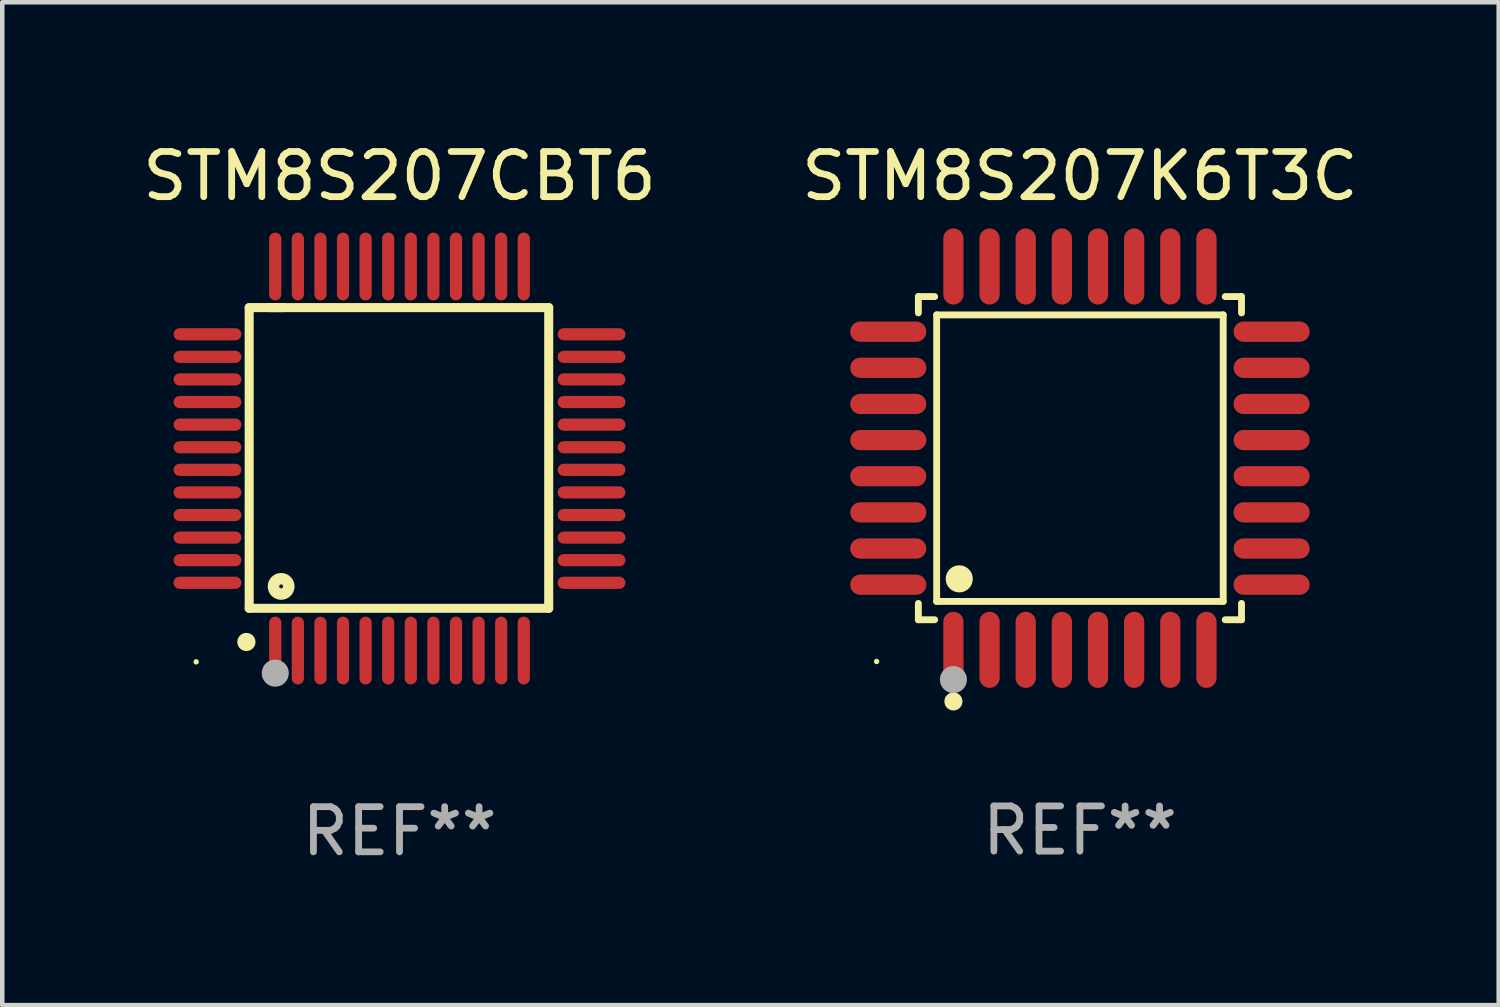
<source format=kicad_pcb>
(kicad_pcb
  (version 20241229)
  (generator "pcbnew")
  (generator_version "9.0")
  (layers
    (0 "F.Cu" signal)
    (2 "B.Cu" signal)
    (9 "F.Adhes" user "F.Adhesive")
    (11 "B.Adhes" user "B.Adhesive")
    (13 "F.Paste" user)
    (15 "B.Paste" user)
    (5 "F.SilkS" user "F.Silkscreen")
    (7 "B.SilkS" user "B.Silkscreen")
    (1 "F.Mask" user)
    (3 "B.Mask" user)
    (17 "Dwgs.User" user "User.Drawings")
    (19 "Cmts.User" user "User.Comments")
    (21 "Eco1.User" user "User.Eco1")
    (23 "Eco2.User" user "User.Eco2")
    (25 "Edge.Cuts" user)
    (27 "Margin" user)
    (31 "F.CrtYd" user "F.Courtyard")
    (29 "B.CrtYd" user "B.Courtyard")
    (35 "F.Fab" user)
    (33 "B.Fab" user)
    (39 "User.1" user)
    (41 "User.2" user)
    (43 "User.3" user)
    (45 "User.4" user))
  (footprint "STM8S207CBT6"
    (layer "F.Cu")
    (at 5.792 7.098)
    (property "Reference" "STM8S207CBT6" (at 0 -6.25 0) (layer "F.SilkS") (effects (font (size 1 1) (thickness 0.15))))
    (attr through_hole)
    (fp_line (start -3.327 -3.34) (end -2.565 -3.34) (stroke (width 0.2) (type solid)) (layer "F.SilkS"))
    (fp_line (start -3.327 3.315) (end -3.327 -3.34) (stroke (width 0.2) (type solid)) (layer "F.SilkS"))
    (fp_line (start -2.896 -3.34) (end 3.302 -3.34) (stroke (width 0.2) (type solid)) (layer "F.SilkS"))
    (fp_line (start 3.302 -3.34) (end 3.302 3.315) (stroke (width 0.2) (type solid)) (layer "F.SilkS"))
    (fp_line (start 3.302 3.315) (end -3.327 3.315) (stroke (width 0.2) (type solid)) (layer "F.SilkS"))
    (fp_arc (start -3.389992 4.059995) (mid -3.388722 4.059991) (end -3.387452 4.059995) (stroke (width 0.4) (type solid)) (layer "F.SilkS"))
    (fp_circle (center -4.5 4.5) (end -4.47 4.5) (stroke (width 0.06) (type solid)) (fill no) (layer "F.SilkS"))
    (fp_circle (center -2.62 2.83) (end -2.45 2.83) (stroke (width 0.254) (type solid)) (fill no) (layer "F.SilkS"))
    (fp_circle (center -2.75 4.75) (end -2.6 4.75) (stroke (width 0.3) (type solid)) (fill no) (layer "F.Fab"))
    (fp_text user "REF**" (at 0 8.25 0) (layer "F.Fab") (effects (font (size 1 1) (thickness 0.15))))
    (pad "1" smd oval (at -2.75 4.25) (size 0.27 1.5) (layers "F.Cu" "F.Mask" "F.Paste"))
    (pad "2" smd oval (at -2.25 4.25) (size 0.27 1.5) (layers "F.Cu" "F.Mask" "F.Paste"))
    (pad "3" smd oval (at -1.75 4.25) (size 0.27 1.5) (layers "F.Cu" "F.Mask" "F.Paste"))
    (pad "4" smd oval (at -1.25 4.25) (size 0.27 1.5) (layers "F.Cu" "F.Mask" "F.Paste"))
    (pad "5" smd oval (at -0.75 4.25) (size 0.27 1.5) (layers "F.Cu" "F.Mask" "F.Paste"))
    (pad "6" smd oval (at -0.25 4.25) (size 0.27 1.5) (layers "F.Cu" "F.Mask" "F.Paste"))
    (pad "7" smd oval (at 0.25 4.25) (size 0.27 1.5) (layers "F.Cu" "F.Mask" "F.Paste"))
    (pad "8" smd oval (at 0.75 4.25) (size 0.27 1.5) (layers "F.Cu" "F.Mask" "F.Paste"))
    (pad "9" smd oval (at 1.25 4.25) (size 0.27 1.5) (layers "F.Cu" "F.Mask" "F.Paste"))
    (pad "10" smd oval (at 1.75 4.25) (size 0.27 1.5) (layers "F.Cu" "F.Mask" "F.Paste"))
    (pad "11" smd oval (at 2.25 4.25) (size 0.27 1.5) (layers "F.Cu" "F.Mask" "F.Paste"))
    (pad "12" smd oval (at 2.75 4.25) (size 0.27 1.5) (layers "F.Cu" "F.Mask" "F.Paste"))
    (pad "13" smd oval (at 4.25 2.75) (size 1.5 0.27) (layers "F.Cu" "F.Mask" "F.Paste"))
    (pad "14" smd oval (at 4.25 2.25) (size 1.5 0.27) (layers "F.Cu" "F.Mask" "F.Paste"))
    (pad "15" smd oval (at 4.25 1.75) (size 1.5 0.27) (layers "F.Cu" "F.Mask" "F.Paste"))
    (pad "16" smd oval (at 4.25 1.25) (size 1.5 0.27) (layers "F.Cu" "F.Mask" "F.Paste"))
    (pad "17" smd oval (at 4.25 0.75) (size 1.5 0.27) (layers "F.Cu" "F.Mask" "F.Paste"))
    (pad "18" smd oval (at 4.25 0.25) (size 1.5 0.27) (layers "F.Cu" "F.Mask" "F.Paste"))
    (pad "19" smd oval (at 4.25 -0.25) (size 1.5 0.27) (layers "F.Cu" "F.Mask" "F.Paste"))
    (pad "20" smd oval (at 4.25 -0.75) (size 1.5 0.27) (layers "F.Cu" "F.Mask" "F.Paste"))
    (pad "21" smd oval (at 4.25 -1.25) (size 1.5 0.27) (layers "F.Cu" "F.Mask" "F.Paste"))
    (pad "22" smd oval (at 4.25 -1.75) (size 1.5 0.27) (layers "F.Cu" "F.Mask" "F.Paste"))
    (pad "23" smd oval (at 4.25 -2.25) (size 1.5 0.27) (layers "F.Cu" "F.Mask" "F.Paste"))
    (pad "24" smd oval (at 4.25 -2.75) (size 1.5 0.27) (layers "F.Cu" "F.Mask" "F.Paste"))
    (pad "25" smd oval (at 2.75 -4.25) (size 0.27 1.5) (layers "F.Cu" "F.Mask" "F.Paste"))
    (pad "26" smd oval (at 2.25 -4.25) (size 0.27 1.5) (layers "F.Cu" "F.Mask" "F.Paste"))
    (pad "27" smd oval (at 1.75 -4.25) (size 0.27 1.5) (layers "F.Cu" "F.Mask" "F.Paste"))
    (pad "28" smd oval (at 1.25 -4.25) (size 0.27 1.5) (layers "F.Cu" "F.Mask" "F.Paste"))
    (pad "29" smd oval (at 0.75 -4.25) (size 0.27 1.5) (layers "F.Cu" "F.Mask" "F.Paste"))
    (pad "30" smd oval (at 0.25 -4.25) (size 0.27 1.5) (layers "F.Cu" "F.Mask" "F.Paste"))
    (pad "31" smd oval (at -0.25 -4.25) (size 0.27 1.5) (layers "F.Cu" "F.Mask" "F.Paste"))
    (pad "32" smd oval (at -0.75 -4.25) (size 0.27 1.5) (layers "F.Cu" "F.Mask" "F.Paste"))
    (pad "33" smd oval (at -1.25 -4.25) (size 0.27 1.5) (layers "F.Cu" "F.Mask" "F.Paste"))
    (pad "34" smd oval (at -1.75 -4.25) (size 0.27 1.5) (layers "F.Cu" "F.Mask" "F.Paste"))
    (pad "35" smd oval (at -2.25 -4.25) (size 0.27 1.5) (layers "F.Cu" "F.Mask" "F.Paste"))
    (pad "36" smd oval (at -2.75 -4.25) (size 0.27 1.5) (layers "F.Cu" "F.Mask" "F.Paste"))
    (pad "37" smd oval (at -4.25 -2.75) (size 1.5 0.27) (layers "F.Cu" "F.Mask" "F.Paste"))
    (pad "38" smd oval (at -4.25 -2.25) (size 1.5 0.27) (layers "F.Cu" "F.Mask" "F.Paste"))
    (pad "39" smd oval (at -4.25 -1.75) (size 1.5 0.27) (layers "F.Cu" "F.Mask" "F.Paste"))
    (pad "40" smd oval (at -4.25 -1.25) (size 1.5 0.27) (layers "F.Cu" "F.Mask" "F.Paste"))
    (pad "41" smd oval (at -4.25 -0.75) (size 1.5 0.27) (layers "F.Cu" "F.Mask" "F.Paste"))
    (pad "42" smd oval (at -4.25 -0.25) (size 1.5 0.27) (layers "F.Cu" "F.Mask" "F.Paste"))
    (pad "43" smd oval (at -4.25 0.25) (size 1.5 0.27) (layers "F.Cu" "F.Mask" "F.Paste"))
    (pad "44" smd oval (at -4.25 0.75) (size 1.5 0.27) (layers "F.Cu" "F.Mask" "F.Paste"))
    (pad "45" smd oval (at -4.25 1.25) (size 1.5 0.27) (layers "F.Cu" "F.Mask" "F.Paste"))
    (pad "46" smd oval (at -4.25 1.75) (size 1.5 0.27) (layers "F.Cu" "F.Mask" "F.Paste"))
    (pad "47" smd oval (at -4.25 2.25) (size 1.5 0.27) (layers "F.Cu" "F.Mask" "F.Paste"))
    (pad "48" smd oval (at -4.25 2.75) (size 1.5 0.27) (layers "F.Cu" "F.Mask" "F.Paste")))
  (footprint "STM8S207K6T3C"
    (layer "F.Cu")
    (at 20.851 7.09)
    (property "Reference" "STM8S207K6T3C" (at 0 -6.242 0) (layer "F.SilkS") (effects (font (size 1 1) (thickness 0.15))))
    (attr through_hole)
    (fp_line (start -3.576 -3.576) (end -3.215 -3.576) (stroke (width 0.152) (type solid)) (layer "F.SilkS"))
    (fp_line (start -3.576 -3.215) (end -3.576 -3.576) (stroke (width 0.152) (type solid)) (layer "F.SilkS"))
    (fp_line (start -3.576 3.215) (end -3.576 3.576) (stroke (width 0.152) (type solid)) (layer "F.SilkS"))
    (fp_line (start -3.576 3.576) (end -3.215 3.576) (stroke (width 0.152) (type solid)) (layer "F.SilkS"))
    (fp_line (start -3.171 -3.171) (end 3.171 -3.171) (stroke (width 0.152) (type solid)) (layer "F.SilkS"))
    (fp_line (start -3.171 3.171) (end -3.171 -3.171) (stroke (width 0.152) (type solid)) (layer "F.SilkS"))
    (fp_line (start 3.171 -3.171) (end 3.171 3.171) (stroke (width 0.152) (type solid)) (layer "F.SilkS"))
    (fp_line (start 3.171 3.171) (end -3.171 3.171) (stroke (width 0.152) (type solid)) (layer "F.SilkS"))
    (fp_line (start 3.576 -3.576) (end 3.215 -3.576) (stroke (width 0.152) (type solid)) (layer "F.SilkS"))
    (fp_line (start 3.576 -3.215) (end 3.576 -3.576) (stroke (width 0.152) (type solid)) (layer "F.SilkS"))
    (fp_line (start 3.576 3.215) (end 3.576 3.576) (stroke (width 0.152) (type solid)) (layer "F.SilkS"))
    (fp_line (start 3.576 3.576) (end 3.215 3.576) (stroke (width 0.152) (type solid)) (layer "F.SilkS"))
    (fp_circle (center -4.5 4.5) (end -4.47 4.5) (stroke (width 0.06) (type solid)) (fill no) (layer "F.SilkS"))
    (fp_circle (center -2.8 5.384) (end -2.7 5.384) (stroke (width 0.2) (type solid)) (fill no) (layer "F.SilkS"))
    (fp_circle (center -2.671 2.671) (end -2.521 2.671) (stroke (width 0.3) (type solid)) (fill no) (layer "F.SilkS"))
    (fp_circle (center -2.8 4.9) (end -2.65 4.9) (stroke (width 0.3) (type solid)) (fill no) (layer "F.Fab"))
    (fp_text user "REF**" (at 0 8.242 0) (layer "F.Fab") (effects (font (size 1 1) (thickness 0.15))))
    (pad "1" smd oval (at -2.8 4.242) (size 0.448 1.684) (layers "F.Cu" "F.Mask" "F.Paste"))
    (pad "2" smd oval (at -2 4.242) (size 0.448 1.684) (layers "F.Cu" "F.Mask" "F.Paste"))
    (pad "3" smd oval (at -1.2 4.242) (size 0.448 1.684) (layers "F.Cu" "F.Mask" "F.Paste"))
    (pad "4" smd oval (at -0.4 4.242) (size 0.448 1.684) (layers "F.Cu" "F.Mask" "F.Paste"))
    (pad "5" smd oval (at 0.4 4.242) (size 0.448 1.684) (layers "F.Cu" "F.Mask" "F.Paste"))
    (pad "6" smd oval (at 1.2 4.242) (size 0.448 1.684) (layers "F.Cu" "F.Mask" "F.Paste"))
    (pad "7" smd oval (at 2 4.242) (size 0.448 1.684) (layers "F.Cu" "F.Mask" "F.Paste"))
    (pad "8" smd oval (at 2.8 4.242) (size 0.448 1.684) (layers "F.Cu" "F.Mask" "F.Paste"))
    (pad "9" smd oval (at 4.242 2.8) (size 1.684 0.448) (layers "F.Cu" "F.Mask" "F.Paste"))
    (pad "10" smd oval (at 4.242 2) (size 1.684 0.448) (layers "F.Cu" "F.Mask" "F.Paste"))
    (pad "11" smd oval (at 4.242 1.2) (size 1.684 0.448) (layers "F.Cu" "F.Mask" "F.Paste"))
    (pad "12" smd oval (at 4.242 0.4) (size 1.684 0.448) (layers "F.Cu" "F.Mask" "F.Paste"))
    (pad "13" smd oval (at 4.242 -0.4) (size 1.684 0.448) (layers "F.Cu" "F.Mask" "F.Paste"))
    (pad "14" smd oval (at 4.242 -1.2) (size 1.684 0.448) (layers "F.Cu" "F.Mask" "F.Paste"))
    (pad "15" smd oval (at 4.242 -2) (size 1.684 0.448) (layers "F.Cu" "F.Mask" "F.Paste"))
    (pad "16" smd oval (at 4.242 -2.8) (size 1.684 0.448) (layers "F.Cu" "F.Mask" "F.Paste"))
    (pad "17" smd oval (at 2.8 -4.242) (size 0.448 1.684) (layers "F.Cu" "F.Mask" "F.Paste"))
    (pad "18" smd oval (at 2 -4.242) (size 0.448 1.684) (layers "F.Cu" "F.Mask" "F.Paste"))
    (pad "19" smd oval (at 1.2 -4.242) (size 0.448 1.684) (layers "F.Cu" "F.Mask" "F.Paste"))
    (pad "20" smd oval (at 0.4 -4.242) (size 0.448 1.684) (layers "F.Cu" "F.Mask" "F.Paste"))
    (pad "21" smd oval (at -0.4 -4.242) (size 0.448 1.684) (layers "F.Cu" "F.Mask" "F.Paste"))
    (pad "22" smd oval (at -1.2 -4.242) (size 0.448 1.684) (layers "F.Cu" "F.Mask" "F.Paste"))
    (pad "23" smd oval (at -2 -4.242) (size 0.448 1.684) (layers "F.Cu" "F.Mask" "F.Paste"))
    (pad "24" smd oval (at -2.8 -4.242) (size 0.448 1.684) (layers "F.Cu" "F.Mask" "F.Paste"))
    (pad "25" smd oval (at -4.242 -2.8) (size 1.684 0.448) (layers "F.Cu" "F.Mask" "F.Paste"))
    (pad "26" smd oval (at -4.242 -2) (size 1.684 0.448) (layers "F.Cu" "F.Mask" "F.Paste"))
    (pad "27" smd oval (at -4.242 -1.2) (size 1.684 0.448) (layers "F.Cu" "F.Mask" "F.Paste"))
    (pad "28" smd oval (at -4.242 -0.4) (size 1.684 0.448) (layers "F.Cu" "F.Mask" "F.Paste"))
    (pad "29" smd oval (at -4.242 0.4) (size 1.684 0.448) (layers "F.Cu" "F.Mask" "F.Paste"))
    (pad "30" smd oval (at -4.242 1.2) (size 1.684 0.448) (layers "F.Cu" "F.Mask" "F.Paste"))
    (pad "31" smd oval (at -4.242 2) (size 1.684 0.448) (layers "F.Cu" "F.Mask" "F.Paste"))
    (pad "32" smd oval (at -4.242 2.8) (size 1.684 0.448) (layers "F.Cu" "F.Mask" "F.Paste")))
  (gr_rect
    (start -3 -3)
    (end 30.119 19.196)
    (stroke (width 0.1) (type default))
    (fill no)
    (layer "Edge.Cuts")))
</source>
